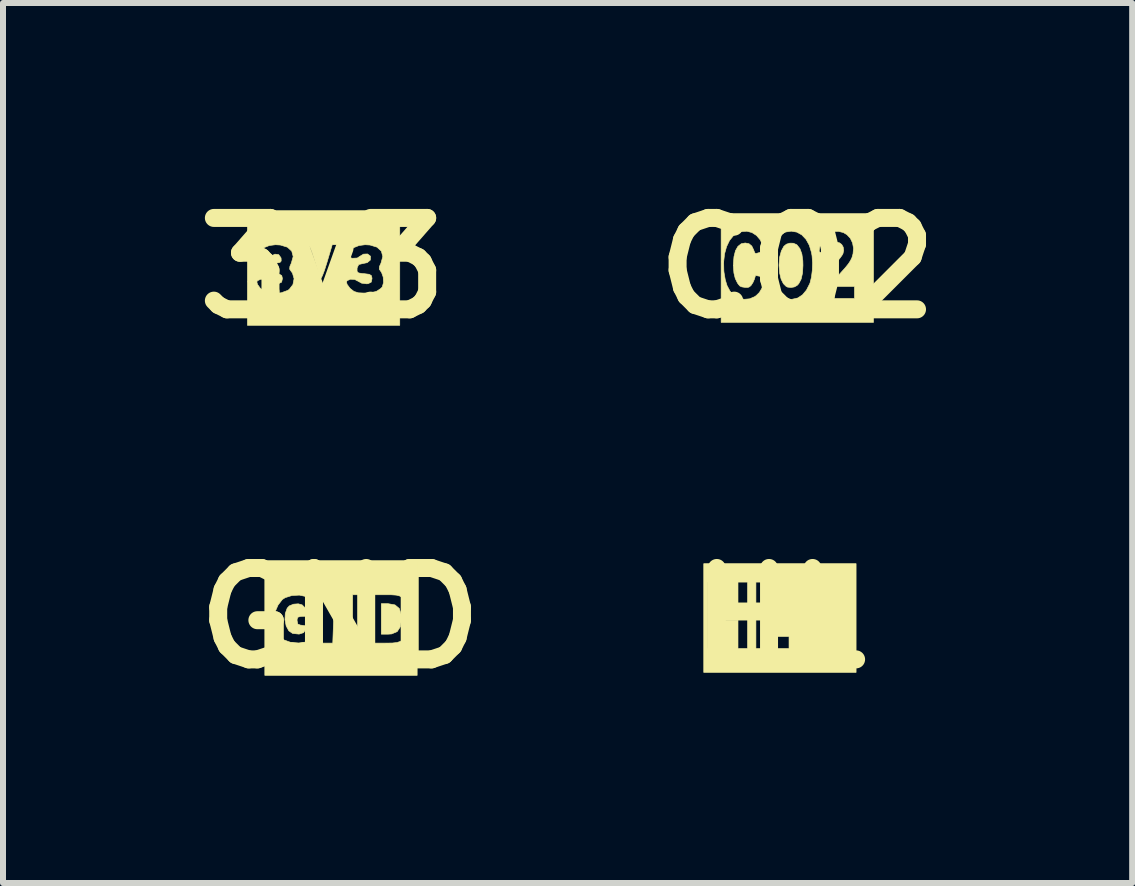
<source format=kicad_pcb>
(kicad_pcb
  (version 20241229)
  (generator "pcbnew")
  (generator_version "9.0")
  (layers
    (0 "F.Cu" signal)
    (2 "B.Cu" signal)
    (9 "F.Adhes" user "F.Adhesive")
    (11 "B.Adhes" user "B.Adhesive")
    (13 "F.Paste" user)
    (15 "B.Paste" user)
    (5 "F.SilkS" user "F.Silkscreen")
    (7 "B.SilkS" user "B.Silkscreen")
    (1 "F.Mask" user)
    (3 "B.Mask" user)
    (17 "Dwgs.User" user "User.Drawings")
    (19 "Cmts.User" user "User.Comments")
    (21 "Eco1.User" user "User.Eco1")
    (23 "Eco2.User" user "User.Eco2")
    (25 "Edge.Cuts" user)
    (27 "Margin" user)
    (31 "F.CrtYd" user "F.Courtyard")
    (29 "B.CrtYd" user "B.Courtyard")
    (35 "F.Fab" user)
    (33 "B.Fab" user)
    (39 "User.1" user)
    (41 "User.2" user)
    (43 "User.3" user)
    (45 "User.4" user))
  (footprint "3v3"
    (layer "F.Cu")
    (at 2.33 1.418)
    (property "Reference" "3v3" (at 0 0 0) (layer "F.SilkS") (effects (font (size 1.524 1.524) (thickness 0.3))))
    (attr through_hole)
    (fp_poly (pts (xy 1.285 0.956) (xy -1.255 0.956) (xy -1.255 0.231) (xy -1.098 0.231) (xy -1.087 0.274) (xy -1.044 0.333) (xy -1.035 0.343) (xy -0.942 0.398) (xy -0.82 0.422) (xy -0.693 0.414) (xy -0.581 0.373) (xy -0.557 0.356) (xy -0.496 0.276) (xy -0.477 0.178) (xy -0.504 0.085) (xy -0.523 0.06) (xy -0.551 0.019) (xy -0.547 -0.026) (xy -0.523 -0.081) (xy -0.492 -0.191) (xy -0.516 -0.281) (xy -0.588 -0.347) (xy -0.706 -0.383) (xy -0.786 -0.388) (xy -0.416 -0.388) (xy -0.135 0.418) (xy 0.082 0.418) (xy 0.147 0.231) (xy 0.396 0.231) (xy 0.407 0.274) (xy 0.451 0.333) (xy 0.46 0.343) (xy 0.522 0.391) (xy 0.596 0.414) (xy 0.688 0.418) (xy 0.791 0.412) (xy 0.877 0.395) (xy 0.906 0.384) (xy 0.966 0.344) (xy 0.993 0.317) (xy 1.014 0.244) (xy 1.009 0.152) (xy 0.981 0.073) (xy 0.971 0.06) (xy 0.943 0.019) (xy 0.947 -0.026) (xy 0.972 -0.081) (xy 1.002 -0.191) (xy 0.978 -0.281) (xy 0.906 -0.347) (xy 0.789 -0.383) (xy 0.708 -0.388) (xy 0.607 -0.375) (xy 0.521 -0.341) (xy 0.457 -0.295) (xy 0.424 -0.245) (xy 0.429 -0.199) (xy 0.481 -0.165) (xy 0.492 -0.162) (xy 0.577 -0.166) (xy 0.614 -0.191) (xy 0.68 -0.231) (xy 0.748 -0.234) (xy 0.794 -0.199) (xy 0.797 -0.192) (xy 0.794 -0.132) (xy 0.742 -0.089) (xy 0.664 -0.073) (xy 0.601 -0.058) (xy 0.576 -0.007) (xy 0.573 0.008) (xy 0.573 0.057) (xy 0.597 0.082) (xy 0.66 0.093) (xy 0.693 0.095) (xy 0.774 0.105) (xy 0.811 0.126) (xy 0.822 0.168) (xy 0.822 0.179) (xy 0.809 0.236) (xy 0.76 0.26) (xy 0.737 0.264) (xy 0.649 0.253) (xy 0.597 0.224) (xy 0.533 0.191) (xy 0.461 0.187) (xy 0.407 0.212) (xy 0.396 0.231) (xy 0.147 0.231) (xy 0.21 0.052) (xy 0.259 -0.088) (xy 0.302 -0.21) (xy 0.334 -0.301) (xy 0.351 -0.349) (xy 0.351 -0.351) (xy 0.338 -0.379) (xy 0.268 -0.388) (xy 0.262 -0.388) (xy 0.159 -0.388) (xy 0.068 -0.082) (xy 0.03 0.037) (xy -0.004 0.126) (xy -0.029 0.176) (xy -0.04 0.179) (xy -0.056 0.132) (xy -0.084 0.043) (xy -0.12 -0.072) (xy -0.136 -0.127) (xy -0.175 -0.25) (xy -0.203 -0.327) (xy -0.229 -0.368) (xy -0.26 -0.385) (xy -0.304 -0.388) (xy -0.316 -0.388) (xy -0.416 -0.388) (xy -0.786 -0.388) (xy -0.888 -0.375) (xy -0.974 -0.341) (xy -1.038 -0.295) (xy -1.07 -0.245) (xy -1.064 -0.198) (xy -1.011 -0.165) (xy -1 -0.161) (xy -0.911 -0.165) (xy -0.868 -0.193) (xy -0.797 -0.231) (xy -0.734 -0.223) (xy -0.696 -0.171) (xy -0.693 -0.157) (xy -0.692 -0.116) (xy -0.712 -0.093) (xy -0.768 -0.082) (xy -0.852 -0.077) (xy -0.902 -0.052) (xy -0.921 0.006) (xy -0.921 0.056) (xy -0.898 0.081) (xy -0.836 0.093) (xy -0.801 0.095) (xy -0.72 0.105) (xy -0.683 0.126) (xy -0.673 0.168) (xy -0.672 0.179) (xy -0.685 0.236) (xy -0.734 0.26) (xy -0.757 0.264) (xy -0.845 0.253) (xy -0.897 0.224) (xy -0.961 0.191) (xy -1.033 0.187) (xy -1.087 0.212) (xy -1.098 0.231) (xy -1.255 0.231) (xy -1.255 -0.956) (xy 1.285 -0.956) (xy 1.285 0.956)) (stroke (width 0.01) (type solid)) (fill yes) (layer "F.SilkS")))
  (footprint "GND"
    (layer "F.Cu")
    (at 2.62 7.254)
    (property "Reference" "GND" (at 0 0 0) (layer "F.SilkS") (effects (font (size 1.524 1.524) (thickness 0.3))))
    (attr through_hole)
    (fp_poly (pts (xy 0.915 -0.219) (xy 0.987 -0.159) (xy 1.02 -0.053) (xy 1.023 0.017) (xy 1.005 0.145) (xy 0.952 0.226) (xy 0.86 0.265) (xy 0.802 0.269) (xy 0.687 0.269) (xy 0.687 -0.239) (xy 0.802 -0.239) (xy 0.915 -0.219)) (stroke (width 0.01) (type solid)) (fill yes) (layer "F.SilkS"))
    (fp_poly (pts (xy 1.285 0.956) (xy -1.255 0.956) (xy -1.255 0.013) (xy -1.106 0.013) (xy -1.087 0.128) (xy -1.037 0.244) (xy -0.969 0.337) (xy -0.933 0.366) (xy -0.825 0.405) (xy -0.69 0.416) (xy -0.551 0.397) (xy -0.512 0.386) (xy -0.462 0.365) (xy -0.433 0.337) (xy -0.421 0.287) (xy -0.418 0.197) (xy -0.418 0.161) (xy -0.418 -0.03) (xy -0.568 -0.03) (xy -0.656 -0.027) (xy -0.701 -0.015) (xy -0.716 0.015) (xy -0.717 0.045) (xy -0.705 0.101) (xy -0.658 0.119) (xy -0.64 0.12) (xy -0.584 0.129) (xy -0.571 0.169) (xy -0.573 0.187) (xy -0.608 0.244) (xy -0.684 0.268) (xy -0.791 0.257) (xy -0.855 0.213) (xy -0.899 0.131) (xy -0.919 0.028) (xy -0.914 -0.076) (xy -0.882 -0.164) (xy -0.847 -0.202) (xy -0.776 -0.231) (xy -0.697 -0.237) (xy -0.632 -0.219) (xy -0.608 -0.194) (xy -0.566 -0.156) (xy -0.498 -0.156) (xy -0.453 -0.176) (xy -0.43 -0.218) (xy -0.452 -0.273) (xy -0.51 -0.328) (xy -0.567 -0.358) (xy -0.679 -0.382) (xy -0.804 -0.375) (xy -0.915 -0.34) (xy -0.963 -0.309) (xy -1.034 -0.217) (xy -1.086 -0.097) (xy -1.106 0.013) (xy -1.255 0.013) (xy -1.255 -0.388) (xy -0.299 -0.388) (xy -0.299 0.418) (xy -0.122 0.418) (xy -0.113 0.172) (xy -0.105 -0.075) (xy 0.045 0.171) (xy 0.116 0.285) (xy 0.167 0.357) (xy 0.209 0.397) (xy 0.249 0.414) (xy 0.291 0.417) (xy 0.388 0.418) (xy 0.388 -0.388) (xy 0.508 -0.388) (xy 0.508 0.418) (xy 0.747 0.418) (xy 0.869 0.417) (xy 0.95 0.408) (xy 1.006 0.389) (xy 1.057 0.354) (xy 1.082 0.332) (xy 1.133 0.281) (xy 1.163 0.23) (xy 1.18 0.16) (xy 1.189 0.051) (xy 1.19 0.034) (xy 1.195 -0.078) (xy 1.19 -0.15) (xy 1.171 -0.2) (xy 1.13 -0.25) (xy 1.097 -0.284) (xy 1.042 -0.336) (xy 0.995 -0.367) (xy 0.937 -0.382) (xy 0.851 -0.388) (xy 0.75 -0.388) (xy 0.508 -0.388) (xy 0.388 -0.388) (xy 0.209 -0.388) (xy 0.209 -0.142) (xy 0.208 0.105) (xy 0.15 0.03) (xy 0.104 -0.036) (xy 0.044 -0.131) (xy -0.006 -0.216) (xy -0.063 -0.309) (xy -0.107 -0.361) (xy -0.152 -0.383) (xy -0.202 -0.388) (xy -0.299 -0.388) (xy -1.255 -0.388) (xy -1.255 -0.956) (xy 1.285 -0.956) (xy 1.285 0.956)) (stroke (width 0.01) (type solid)) (fill yes) (layer "F.SilkS")))
  (footprint "HL"
    (layer "F.Cu")
    (at 9.953 7.254)
    (property "Reference" "HL" (at 0 0 0) (layer "F.SilkS") (effects (font (size 1.524 1.524) (thickness 0.3))))
    (attr through_hole)
    (fp_poly (pts (xy 1.27 0.907) (xy -1.27 0.907) (xy -1.27 -0.599) (xy -1.2 -0.599) (xy -1.2 0.508) (xy -1.041 0.508) (xy -1.041 0.036) (xy -0.699 0.036) (xy -0.699 0.508) (xy -0.54 0.508) (xy -0.54 0.508) (xy -0.4 0.508) (xy 0.152 0.508) (xy 0.152 0.308) (xy -0.241 0.308) (xy -0.241 -0.599) (xy -0.4 -0.599) (xy -0.4 0.508) (xy -0.54 0.508) (xy -0.54 -0.599) (xy -0.619 -0.599) (xy -0.699 -0.599) (xy -0.699 -0.163) (xy -1.041 -0.163) (xy -1.041 -0.599) (xy -1.2 -0.599) (xy -1.27 -0.599) (xy -1.27 -0.907) (xy 1.27 -0.907) (xy 1.27 0.907)) (stroke (width 0.01) (type solid)) (fill yes) (layer "F.SilkS")))
  (footprint "CO2"
    (layer "F.Cu")
    (at 10.243 1.418)
    (property "Reference" "CO2" (at 0 0 0) (layer "F.SilkS") (effects (font (size 1.524 1.524) (thickness 0.3))))
    (attr through_hole)
    (fp_poly (pts (xy -0.067 -0.413) (xy -0.015 -0.391) (xy -0.004 -0.383) (xy 0.044 -0.321) (xy 0.076 -0.234) (xy 0.092 -0.121) (xy 0.094 -0.045) (xy 0.087 0.084) (xy 0.064 0.185) (xy 0.025 0.26) (xy -0.004 0.291) (xy -0.05 0.316) (xy -0.106 0.325) (xy -0.161 0.319) (xy -0.184 0.309) (xy -0.232 0.262) (xy -0.27 0.186) (xy -0.294 0.087) (xy -0.304 -0.03) (xy -0.305 -0.049) (xy -0.295 -0.179) (xy -0.266 -0.285) (xy -0.224 -0.362) (xy -0.181 -0.397) (xy -0.125 -0.414) (xy -0.067 -0.413)) (stroke (width 0.01) (type solid)) (fill yes) (layer "F.SilkS"))
    (fp_poly (pts (xy 1.27 0.907) (xy -1.27 0.907) (xy -1.27 -0.101) (xy -1.228 -0.101) (xy -1.225 0.045) (xy -1.222 0.075) (xy -1.201 0.198) (xy -1.171 0.295) (xy -1.127 0.377) (xy -1.113 0.397) (xy -1.048 0.463) (xy -0.969 0.505) (xy -0.883 0.522) (xy -0.795 0.514) (xy -0.712 0.479) (xy -0.685 0.46) (xy -0.632 0.408) (xy -0.592 0.34) (xy -0.583 0.318) (xy -0.556 0.24) (xy -0.547 0.187) (xy -0.555 0.158) (xy -0.556 0.157) (xy -0.573 0.151) (xy -0.606 0.142) (xy -0.631 0.137) (xy -0.697 0.124) (xy -0.715 0.186) (xy -0.739 0.241) (xy -0.769 0.288) (xy -0.77 0.289) (xy -0.796 0.313) (xy -0.823 0.324) (xy -0.863 0.324) (xy -0.881 0.322) (xy -0.926 0.315) (xy -0.957 0.301) (xy -0.982 0.273) (xy -0.998 0.25) (xy -1.035 0.174) (xy -1.057 0.084) (xy -1.066 -0.028) (xy -1.066 -0.045) (xy -0.47 -0.045) (xy -0.464 0.044) (xy -0.448 0.144) (xy -0.426 0.239) (xy -0.4 0.311) (xy -0.342 0.405) (xy -0.269 0.473) (xy -0.185 0.513) (xy -0.094 0.523) (xy -0.026 0.508) (xy 0.352 0.508) (xy 0.953 0.508) (xy 0.953 0.308) (xy 0.762 0.308) (xy 0.696 0.308) (xy 0.639 0.306) (xy 0.598 0.304) (xy 0.575 0.3) (xy 0.572 0.299) (xy 0.582 0.263) (xy 0.614 0.212) (xy 0.665 0.146) (xy 0.731 0.072) (xy 0.8 -0.005) (xy 0.851 -0.068) (xy 0.886 -0.122) (xy 0.911 -0.173) (xy 0.926 -0.226) (xy 0.929 -0.237) (xy 0.937 -0.331) (xy 0.921 -0.418) (xy 0.884 -0.495) (xy 0.828 -0.555) (xy 0.768 -0.591) (xy 0.685 -0.611) (xy 0.602 -0.607) (xy 0.526 -0.58) (xy 0.461 -0.532) (xy 0.416 -0.471) (xy 0.397 -0.425) (xy 0.38 -0.371) (xy 0.368 -0.319) (xy 0.364 -0.281) (xy 0.366 -0.27) (xy 0.383 -0.261) (xy 0.416 -0.252) (xy 0.445 -0.246) (xy 0.516 -0.234) (xy 0.537 -0.308) (xy 0.559 -0.366) (xy 0.592 -0.402) (xy 0.606 -0.411) (xy 0.656 -0.428) (xy 0.702 -0.42) (xy 0.74 -0.392) (xy 0.765 -0.348) (xy 0.773 -0.294) (xy 0.761 -0.239) (xy 0.743 -0.208) (xy 0.71 -0.163) (xy 0.667 -0.111) (xy 0.632 -0.073) (xy 0.582 -0.018) (xy 0.536 0.034) (xy 0.5 0.077) (xy 0.484 0.097) (xy 0.447 0.161) (xy 0.411 0.246) (xy 0.381 0.336) (xy 0.363 0.418) (xy 0.361 0.432) (xy 0.352 0.508) (xy -0.026 0.508) (xy 0.001 0.502) (xy 0.011 0.498) (xy 0.086 0.448) (xy 0.153 0.368) (xy 0.206 0.264) (xy 0.213 0.246) (xy 0.236 0.152) (xy 0.25 0.038) (xy 0.254 -0.084) (xy 0.246 -0.201) (xy 0.237 -0.256) (xy 0.2 -0.379) (xy 0.145 -0.478) (xy 0.075 -0.552) (xy -0.008 -0.598) (xy -0.101 -0.614) (xy -0.193 -0.6) (xy -0.277 -0.558) (xy -0.347 -0.486) (xy -0.404 -0.389) (xy -0.444 -0.27) (xy -0.466 -0.133) (xy -0.47 -0.045) (xy -1.066 -0.045) (xy -1.066 -0.064) (xy -1.056 -0.189) (xy -1.031 -0.288) (xy -0.99 -0.36) (xy -0.935 -0.404) (xy -0.869 -0.417) (xy -0.806 -0.405) (xy -0.759 -0.366) (xy -0.727 -0.3) (xy -0.724 -0.29) (xy -0.708 -0.251) (xy -0.69 -0.241) (xy -0.681 -0.243) (xy -0.651 -0.252) (xy -0.611 -0.262) (xy -0.6 -0.265) (xy -0.567 -0.273) (xy -0.548 -0.281) (xy -0.546 -0.284) (xy -0.551 -0.303) (xy -0.564 -0.344) (xy -0.573 -0.373) (xy -0.618 -0.469) (xy -0.68 -0.542) (xy -0.756 -0.591) (xy -0.841 -0.613) (xy -0.932 -0.607) (xy -0.988 -0.589) (xy -1.066 -0.538) (xy -1.13 -0.459) (xy -1.179 -0.357) (xy -1.213 -0.236) (xy -1.228 -0.101) (xy -1.27 -0.101) (xy -1.27 -0.907) (xy 1.27 -0.907) (xy 1.27 0.907)) (stroke (width 0.01) (type solid)) (fill yes) (layer "F.SilkS")))
  (gr_rect
    (start -3 -3)
    (end 15.826 11.672)
    (stroke (width 0.1) (type default))
    (fill no)
    (layer "Edge.Cuts")))
</source>
